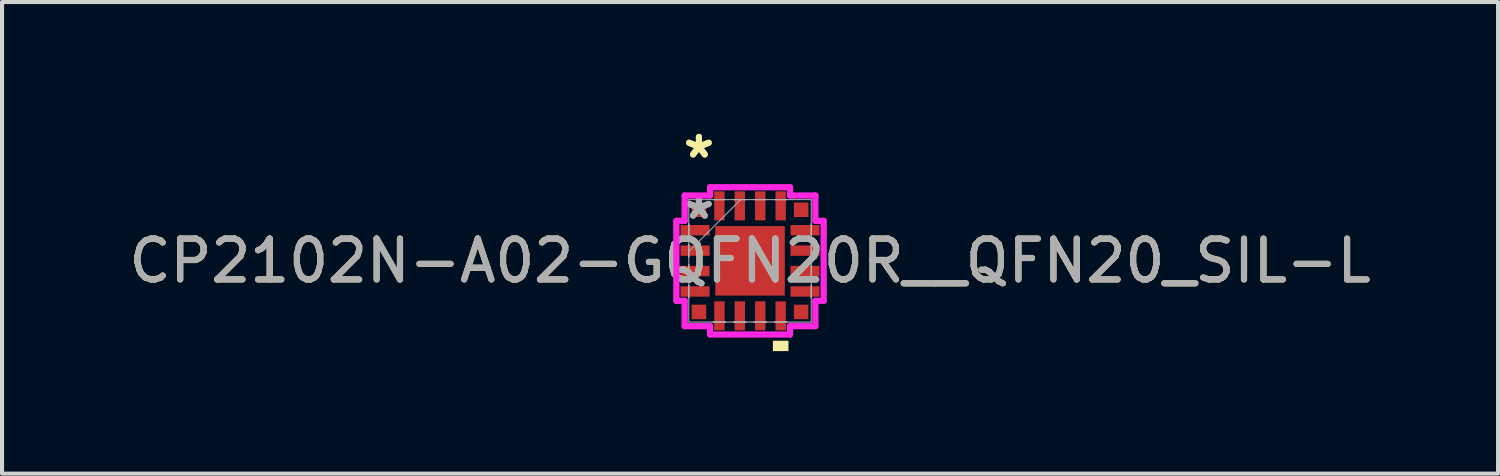
<source format=kicad_pcb>
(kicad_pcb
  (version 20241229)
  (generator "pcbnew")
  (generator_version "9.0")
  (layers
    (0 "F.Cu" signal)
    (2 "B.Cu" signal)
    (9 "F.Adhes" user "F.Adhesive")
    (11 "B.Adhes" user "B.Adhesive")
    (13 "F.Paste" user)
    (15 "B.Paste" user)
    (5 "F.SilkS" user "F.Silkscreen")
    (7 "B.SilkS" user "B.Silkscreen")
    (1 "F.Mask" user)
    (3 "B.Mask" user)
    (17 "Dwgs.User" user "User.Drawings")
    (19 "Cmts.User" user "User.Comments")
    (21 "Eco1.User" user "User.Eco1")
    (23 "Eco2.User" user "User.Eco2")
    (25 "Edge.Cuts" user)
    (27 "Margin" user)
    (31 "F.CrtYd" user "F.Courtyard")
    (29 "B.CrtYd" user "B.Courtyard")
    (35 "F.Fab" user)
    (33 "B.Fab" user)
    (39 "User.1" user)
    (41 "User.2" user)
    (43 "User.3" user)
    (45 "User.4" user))
  (footprint "CP2102N-A02-GQFN20R__QFN20_SIL-L"
    (layer "F.Cu")
    (at 15.315 3.337)
    (property "Reference" "CP2102N-A02-GQFN20R__QFN20_SIL-L" (at 0 0 0) (unlocked yes) (layer "F.SilkS") (effects (font (size 1 1) (thickness 0.15))))
    (attr smd)
    (fp_poly (pts (xy 0.56 1.956) (xy 0.56 2.21) (xy 0.941 2.21) (xy 0.941 1.956)) (stroke (width 0) (type solid)) (fill yes) (layer "F.SilkS"))
    (fp_line (start -1.803 -0.979) (end -1.6 -0.979) (stroke (width 0.152) (type solid)) (layer "F.CrtYd"))
    (fp_line (start -1.803 0.979) (end -1.803 -0.979) (stroke (width 0.152) (type solid)) (layer "F.CrtYd"))
    (fp_line (start -1.803 0.979) (end -1.6 0.979) (stroke (width 0.152) (type solid)) (layer "F.CrtYd"))
    (fp_line (start -1.6 -1.6) (end -0.979 -1.6) (stroke (width 0.152) (type solid)) (layer "F.CrtYd"))
    (fp_line (start -1.6 -0.979) (end -1.6 -1.6) (stroke (width 0.152) (type solid)) (layer "F.CrtYd"))
    (fp_line (start -1.6 1.6) (end -1.6 0.979) (stroke (width 0.152) (type solid)) (layer "F.CrtYd"))
    (fp_line (start -0.979 -1.803) (end 0.979 -1.803) (stroke (width 0.152) (type solid)) (layer "F.CrtYd"))
    (fp_line (start -0.979 -1.6) (end -0.979 -1.803) (stroke (width 0.152) (type solid)) (layer "F.CrtYd"))
    (fp_line (start -0.979 1.6) (end -1.6 1.6) (stroke (width 0.152) (type solid)) (layer "F.CrtYd"))
    (fp_line (start -0.979 1.803) (end -0.979 1.6) (stroke (width 0.152) (type solid)) (layer "F.CrtYd"))
    (fp_line (start 0.979 -1.803) (end 0.979 -1.6) (stroke (width 0.152) (type solid)) (layer "F.CrtYd"))
    (fp_line (start 0.979 -1.6) (end 1.6 -1.6) (stroke (width 0.152) (type solid)) (layer "F.CrtYd"))
    (fp_line (start 0.979 1.6) (end 0.979 1.803) (stroke (width 0.152) (type solid)) (layer "F.CrtYd"))
    (fp_line (start 0.979 1.803) (end -0.979 1.803) (stroke (width 0.152) (type solid)) (layer "F.CrtYd"))
    (fp_line (start 1.6 -1.6) (end 1.6 -0.979) (stroke (width 0.152) (type solid)) (layer "F.CrtYd"))
    (fp_line (start 1.6 -0.979) (end 1.803 -0.979) (stroke (width 0.152) (type solid)) (layer "F.CrtYd"))
    (fp_line (start 1.6 0.979) (end 1.6 1.6) (stroke (width 0.152) (type solid)) (layer "F.CrtYd"))
    (fp_line (start 1.6 1.6) (end 0.979 1.6) (stroke (width 0.152) (type solid)) (layer "F.CrtYd"))
    (fp_line (start 1.803 -0.979) (end 1.803 0.979) (stroke (width 0.152) (type solid)) (layer "F.CrtYd"))
    (fp_line (start 1.803 0.979) (end 1.6 0.979) (stroke (width 0.152) (type solid)) (layer "F.CrtYd"))
    (fp_line (start -1.499 -1.499) (end -1.499 1.499) (stroke (width 0.025) (type solid)) (layer "F.Fab"))
    (fp_line (start -1.499 -0.902) (end -1.499 -0.902) (stroke (width 0.025) (type solid)) (layer "F.Fab"))
    (fp_line (start -1.499 -0.902) (end -1.499 -0.598) (stroke (width 0.025) (type solid)) (layer "F.Fab"))
    (fp_line (start -1.499 -0.598) (end -1.499 -0.902) (stroke (width 0.025) (type solid)) (layer "F.Fab"))
    (fp_line (start -1.499 -0.598) (end -1.499 -0.598) (stroke (width 0.025) (type solid)) (layer "F.Fab"))
    (fp_line (start -1.499 -0.402) (end -1.499 -0.402) (stroke (width 0.025) (type solid)) (layer "F.Fab"))
    (fp_line (start -1.499 -0.402) (end -1.499 -0.098) (stroke (width 0.025) (type solid)) (layer "F.Fab"))
    (fp_line (start -1.499 -0.229) (end -0.229 -1.499) (stroke (width 0.025) (type solid)) (layer "F.Fab"))
    (fp_line (start -1.499 -0.098) (end -1.499 -0.402) (stroke (width 0.025) (type solid)) (layer "F.Fab"))
    (fp_line (start -1.499 -0.098) (end -1.499 -0.098) (stroke (width 0.025) (type solid)) (layer "F.Fab"))
    (fp_line (start -1.499 0.098) (end -1.499 0.098) (stroke (width 0.025) (type solid)) (layer "F.Fab"))
    (fp_line (start -1.499 0.098) (end -1.499 0.402) (stroke (width 0.025) (type solid)) (layer "F.Fab"))
    (fp_line (start -1.499 0.402) (end -1.499 0.098) (stroke (width 0.025) (type solid)) (layer "F.Fab"))
    (fp_line (start -1.499 0.402) (end -1.499 0.402) (stroke (width 0.025) (type solid)) (layer "F.Fab"))
    (fp_line (start -1.499 0.598) (end -1.499 0.598) (stroke (width 0.025) (type solid)) (layer "F.Fab"))
    (fp_line (start -1.499 0.598) (end -1.499 0.902) (stroke (width 0.025) (type solid)) (layer "F.Fab"))
    (fp_line (start -1.499 0.902) (end -1.499 0.598) (stroke (width 0.025) (type solid)) (layer "F.Fab"))
    (fp_line (start -1.499 0.902) (end -1.499 0.902) (stroke (width 0.025) (type solid)) (layer "F.Fab"))
    (fp_line (start -1.499 1.499) (end 1.499 1.499) (stroke (width 0.025) (type solid)) (layer "F.Fab"))
    (fp_line (start -0.902 -1.499) (end -0.902 -1.499) (stroke (width 0.025) (type solid)) (layer "F.Fab"))
    (fp_line (start -0.902 -1.499) (end -0.598 -1.499) (stroke (width 0.025) (type solid)) (layer "F.Fab"))
    (fp_line (start -0.902 1.499) (end -0.902 1.499) (stroke (width 0.025) (type solid)) (layer "F.Fab"))
    (fp_line (start -0.902 1.499) (end -0.598 1.499) (stroke (width 0.025) (type solid)) (layer "F.Fab"))
    (fp_line (start -0.598 -1.499) (end -0.902 -1.499) (stroke (width 0.025) (type solid)) (layer "F.Fab"))
    (fp_line (start -0.598 -1.499) (end -0.598 -1.499) (stroke (width 0.025) (type solid)) (layer "F.Fab"))
    (fp_line (start -0.598 1.499) (end -0.902 1.499) (stroke (width 0.025) (type solid)) (layer "F.Fab"))
    (fp_line (start -0.598 1.499) (end -0.598 1.499) (stroke (width 0.025) (type solid)) (layer "F.Fab"))
    (fp_line (start -0.402 -1.499) (end -0.402 -1.499) (stroke (width 0.025) (type solid)) (layer "F.Fab"))
    (fp_line (start -0.402 -1.499) (end -0.098 -1.499) (stroke (width 0.025) (type solid)) (layer "F.Fab"))
    (fp_line (start -0.402 1.499) (end -0.402 1.499) (stroke (width 0.025) (type solid)) (layer "F.Fab"))
    (fp_line (start -0.402 1.499) (end -0.098 1.499) (stroke (width 0.025) (type solid)) (layer "F.Fab"))
    (fp_line (start -0.098 -1.499) (end -0.402 -1.499) (stroke (width 0.025) (type solid)) (layer "F.Fab"))
    (fp_line (start -0.098 -1.499) (end -0.098 -1.499) (stroke (width 0.025) (type solid)) (layer "F.Fab"))
    (fp_line (start -0.098 1.499) (end -0.402 1.499) (stroke (width 0.025) (type solid)) (layer "F.Fab"))
    (fp_line (start -0.098 1.499) (end -0.098 1.499) (stroke (width 0.025) (type solid)) (layer "F.Fab"))
    (fp_line (start 0.098 -1.499) (end 0.098 -1.499) (stroke (width 0.025) (type solid)) (layer "F.Fab"))
    (fp_line (start 0.098 -1.499) (end 0.402 -1.499) (stroke (width 0.025) (type solid)) (layer "F.Fab"))
    (fp_line (start 0.098 1.499) (end 0.098 1.499) (stroke (width 0.025) (type solid)) (layer "F.Fab"))
    (fp_line (start 0.098 1.499) (end 0.402 1.499) (stroke (width 0.025) (type solid)) (layer "F.Fab"))
    (fp_line (start 0.402 -1.499) (end 0.098 -1.499) (stroke (width 0.025) (type solid)) (layer "F.Fab"))
    (fp_line (start 0.402 -1.499) (end 0.402 -1.499) (stroke (width 0.025) (type solid)) (layer "F.Fab"))
    (fp_line (start 0.402 1.499) (end 0.098 1.499) (stroke (width 0.025) (type solid)) (layer "F.Fab"))
    (fp_line (start 0.402 1.499) (end 0.402 1.499) (stroke (width 0.025) (type solid)) (layer "F.Fab"))
    (fp_line (start 0.598 -1.499) (end 0.598 -1.499) (stroke (width 0.025) (type solid)) (layer "F.Fab"))
    (fp_line (start 0.598 -1.499) (end 0.902 -1.499) (stroke (width 0.025) (type solid)) (layer "F.Fab"))
    (fp_line (start 0.598 1.499) (end 0.598 1.499) (stroke (width 0.025) (type solid)) (layer "F.Fab"))
    (fp_line (start 0.598 1.499) (end 0.902 1.499) (stroke (width 0.025) (type solid)) (layer "F.Fab"))
    (fp_line (start 0.902 -1.499) (end 0.598 -1.499) (stroke (width 0.025) (type solid)) (layer "F.Fab"))
    (fp_line (start 0.902 -1.499) (end 0.902 -1.499) (stroke (width 0.025) (type solid)) (layer "F.Fab"))
    (fp_line (start 0.902 1.499) (end 0.598 1.499) (stroke (width 0.025) (type solid)) (layer "F.Fab"))
    (fp_line (start 0.902 1.499) (end 0.902 1.499) (stroke (width 0.025) (type solid)) (layer "F.Fab"))
    (fp_line (start 1.499 -1.499) (end -1.499 -1.499) (stroke (width 0.025) (type solid)) (layer "F.Fab"))
    (fp_line (start 1.499 -0.902) (end 1.499 -0.902) (stroke (width 0.025) (type solid)) (layer "F.Fab"))
    (fp_line (start 1.499 -0.902) (end 1.499 -0.598) (stroke (width 0.025) (type solid)) (layer "F.Fab"))
    (fp_line (start 1.499 -0.598) (end 1.499 -0.902) (stroke (width 0.025) (type solid)) (layer "F.Fab"))
    (fp_line (start 1.499 -0.598) (end 1.499 -0.598) (stroke (width 0.025) (type solid)) (layer "F.Fab"))
    (fp_line (start 1.499 -0.402) (end 1.499 -0.402) (stroke (width 0.025) (type solid)) (layer "F.Fab"))
    (fp_line (start 1.499 -0.402) (end 1.499 -0.098) (stroke (width 0.025) (type solid)) (layer "F.Fab"))
    (fp_line (start 1.499 -0.098) (end 1.499 -0.402) (stroke (width 0.025) (type solid)) (layer "F.Fab"))
    (fp_line (start 1.499 -0.098) (end 1.499 -0.098) (stroke (width 0.025) (type solid)) (layer "F.Fab"))
    (fp_line (start 1.499 0.098) (end 1.499 0.098) (stroke (width 0.025) (type solid)) (layer "F.Fab"))
    (fp_line (start 1.499 0.098) (end 1.499 0.402) (stroke (width 0.025) (type solid)) (layer "F.Fab"))
    (fp_line (start 1.499 0.402) (end 1.499 0.098) (stroke (width 0.025) (type solid)) (layer "F.Fab"))
    (fp_line (start 1.499 0.402) (end 1.499 0.402) (stroke (width 0.025) (type solid)) (layer "F.Fab"))
    (fp_line (start 1.499 0.598) (end 1.499 0.598) (stroke (width 0.025) (type solid)) (layer "F.Fab"))
    (fp_line (start 1.499 0.598) (end 1.499 0.902) (stroke (width 0.025) (type solid)) (layer "F.Fab"))
    (fp_line (start 1.499 0.902) (end 1.499 0.598) (stroke (width 0.025) (type solid)) (layer "F.Fab"))
    (fp_line (start 1.499 0.902) (end 1.499 0.902) (stroke (width 0.025) (type solid)) (layer "F.Fab"))
    (fp_line (start 1.499 1.499) (end 1.499 -1.499) (stroke (width 0.025) (type solid)) (layer "F.Fab"))
    (fp_text user "*" (at -1.251 -2.489 0) (layer "F.SilkS") (effects (font (size 1 1) (thickness 0.15))))
    (fp_text user "*" (at -1.251 -2.489 0) (unlocked yes) (layer "F.SilkS") (effects (font (size 1 1) (thickness 0.15))))
    (fp_text user "*" (at -1.251 -0.991 0) (layer "F.Fab") (effects (font (size 1 1) (thickness 0.15))))
    (fp_text user "${REFERENCE}" (at 0 0 0) (unlocked yes) (layer "F.Fab") (effects (font (size 1 1) (thickness 0.15))))
    (fp_text user "*" (at -1.251 -0.991 0) (unlocked yes) (layer "F.Fab") (effects (font (size 1 1) (thickness 0.15))))
    (pad "1" smd rect (at -1.251 -1.251) (size 0.356 0.356) (layers "F.Cu" "F.Mask" "F.Paste"))
    (pad "2" smd rect (at -1.346 -0.75 90) (size 0.254 0.711) (layers "F.Cu" "F.Mask" "F.Paste"))
    (pad "3" smd rect (at -1.346 -0.25 90) (size 0.254 0.711) (layers "F.Cu" "F.Mask" "F.Paste"))
    (pad "4" smd rect (at -1.346 0.25 90) (size 0.254 0.711) (layers "F.Cu" "F.Mask" "F.Paste"))
    (pad "5" smd rect (at -1.346 0.75 90) (size 0.254 0.711) (layers "F.Cu" "F.Mask" "F.Paste"))
    (pad "6" smd rect (at -1.251 1.251) (size 0.356 0.356) (layers "F.Cu" "F.Mask" "F.Paste"))
    (pad "7" smd rect (at -0.75 1.346) (size 0.254 0.711) (layers "F.Cu" "F.Mask" "F.Paste"))
    (pad "8" smd rect (at -0.25 1.346) (size 0.254 0.711) (layers "F.Cu" "F.Mask" "F.Paste"))
    (pad "9" smd rect (at 0.25 1.346) (size 0.254 0.711) (layers "F.Cu" "F.Mask" "F.Paste"))
    (pad "10" smd rect (at 0.75 1.346) (size 0.254 0.711) (layers "F.Cu" "F.Mask" "F.Paste"))
    (pad "11" smd rect (at 1.251 1.251) (size 0.356 0.356) (layers "F.Cu" "F.Mask" "F.Paste"))
    (pad "12" smd rect (at 1.346 0.75 90) (size 0.254 0.711) (layers "F.Cu" "F.Mask" "F.Paste"))
    (pad "13" smd rect (at 1.346 0.25 90) (size 0.254 0.711) (layers "F.Cu" "F.Mask" "F.Paste"))
    (pad "14" smd rect (at 1.346 -0.25 90) (size 0.254 0.711) (layers "F.Cu" "F.Mask" "F.Paste"))
    (pad "15" smd rect (at 1.346 -0.75 90) (size 0.254 0.711) (layers "F.Cu" "F.Mask" "F.Paste"))
    (pad "16" smd rect (at 1.251 -1.251) (size 0.356 0.356) (layers "F.Cu" "F.Mask" "F.Paste"))
    (pad "17" smd rect (at 0.75 -1.346) (size 0.254 0.711) (layers "F.Cu" "F.Mask" "F.Paste"))
    (pad "18" smd rect (at 0.25 -1.346) (size 0.254 0.711) (layers "F.Cu" "F.Mask" "F.Paste"))
    (pad "19" smd rect (at -0.25 -1.346) (size 0.254 0.711) (layers "F.Cu" "F.Mask" "F.Paste"))
    (pad "20" smd rect (at -0.75 -1.346) (size 0.254 0.711) (layers "F.Cu" "F.Mask" "F.Paste"))
    (pad "21" smd rect (at 0 0) (size 1.702 1.702) (layers "F.Cu" "F.Mask" "F.Paste")))
  (gr_rect
    (start -3 -3)
    (end 33.631 8.547)
    (stroke (width 0.1) (type default))
    (fill no)
    (layer "Edge.Cuts")))
</source>
